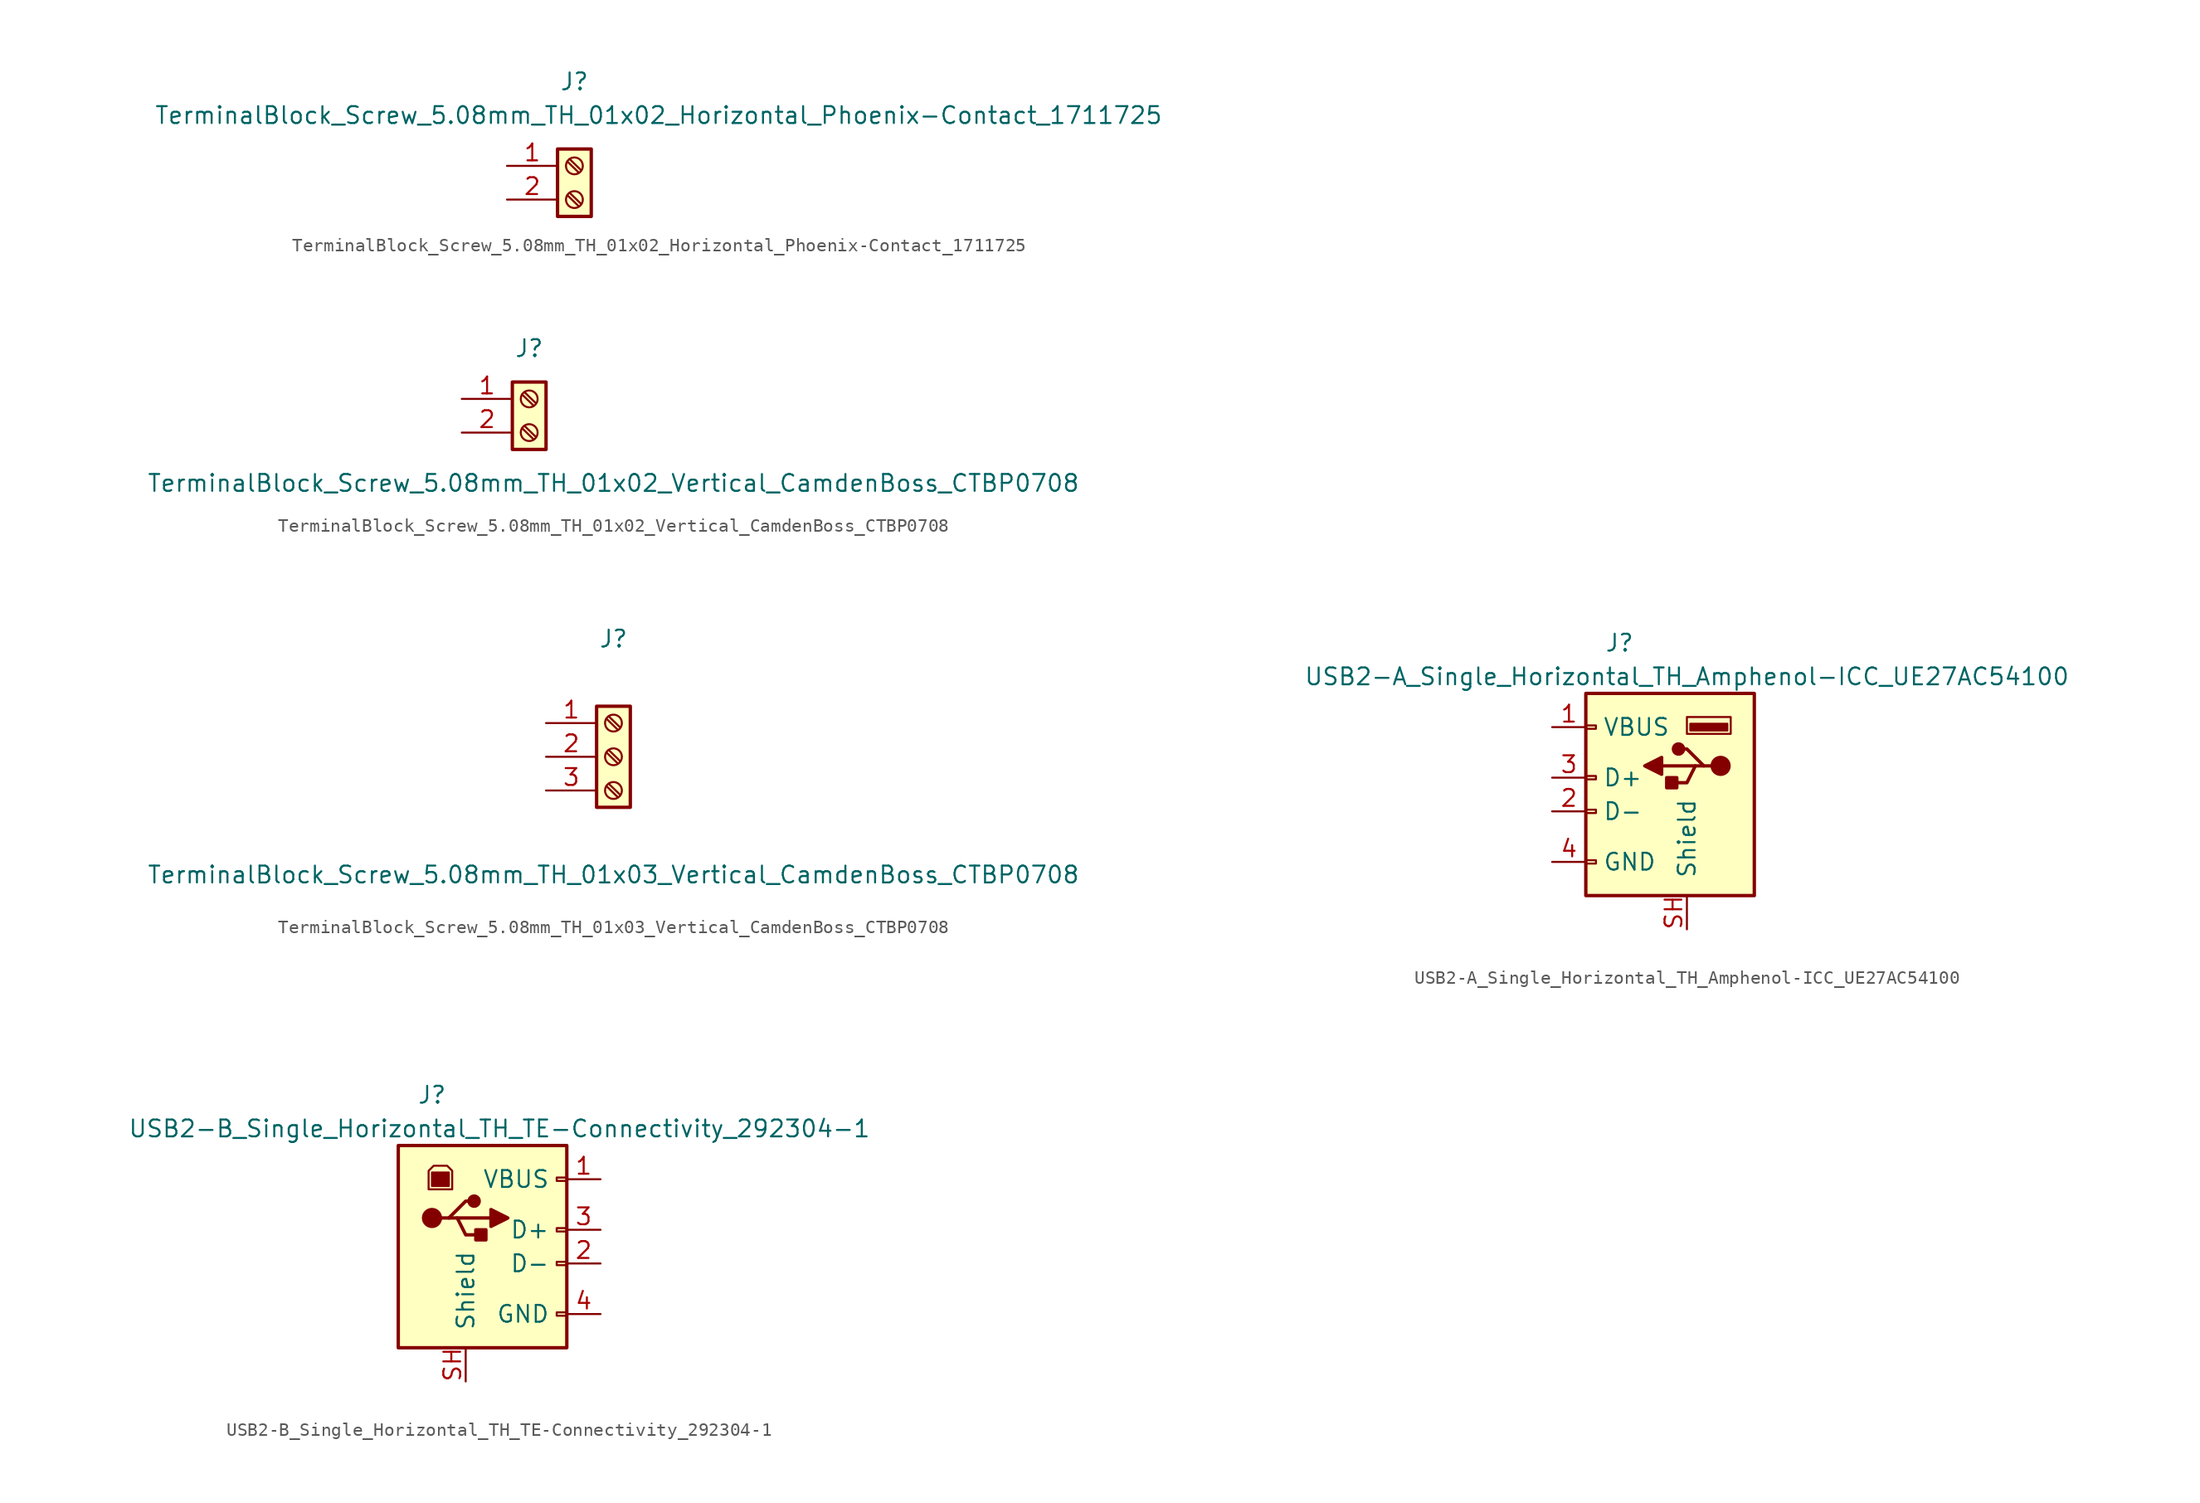
<source format=kicad_sym>
(kicad_symbol_lib
  (version 20211014)
  (generator kicad_symbol_editor)
  (symbol "TerminalBlock_Screw_5.08mm_TH_01x02_Horizontal_Phoenix-Contact_1711725"
    (pin_names
      (offset 1.27) hide)
    (property "Reference" "J"
      (at 0 7.62 0)
      (effects (font (size 1.27 1.27))))
    (property "Value" "TerminalBlock_Screw_5.08mm_TH_01x02_Horizontal_Phoenix-Contact_1711725"
      (at 6.35 5.08 0)
      (effects (font (size 1.27 1.27))))
    (symbol "TerminalBlock_Screw_5.08mm_TH_01x02_Horizontal_Phoenix-Contact_1711725_1_1"
      (rectangle (start -1.27 2.54) (end 1.27 -2.54) (stroke (width 0.254) (type default) (color 0 0 0 0)) (fill (type background)))
      (circle (center 0 -1.27) (radius 0.635) (stroke (width 0.152) (type default) (color 0 0 0 0)) (fill (type none)))
      (polyline (pts (xy -0.533 -0.94) (xy 0.33 -1.778)) (stroke (width 0.152) (type default) (color 0 0 0 0)) (fill (type none)))
      (polyline (pts (xy -0.533 1.6) (xy 0.33 0.762)) (stroke (width 0.152) (type default) (color 0 0 0 0)) (fill (type none)))
      (polyline (pts (xy -0.356 -0.762) (xy 0.508 -1.6)) (stroke (width 0.152) (type default) (color 0 0 0 0)) (fill (type none)))
      (polyline (pts (xy -0.356 1.778) (xy 0.508 0.94)) (stroke (width 0.152) (type default) (color 0 0 0 0)) (fill (type none)))
      (circle (center 0 1.27) (radius 0.635) (stroke (width 0.152) (type default) (color 0 0 0 0)) (fill (type none)))
      (pin passive line (at -5.08 1.27 0) (length 3.81) (name "Pin_1" (effects (font (size 1.27 1.27)))) (number "1" (effects (font (size 1.27 1.27)))))
      (pin passive line (at -5.08 -1.27 0) (length 3.81) (name "Pin_2" (effects (font (size 1.27 1.27)))) (number "2" (effects (font (size 1.27 1.27)))))))
  (symbol "TerminalBlock_Screw_5.08mm_TH_01x02_Vertical_CamdenBoss_CTBP0708"
    (pin_names
      (offset 1.27) hide)
    (property "Reference" "J"
      (at 0 5.08 0)
      (effects (font (size 1.27 1.27))))
    (property "Value" "TerminalBlock_Screw_5.08mm_TH_01x02_Vertical_CamdenBoss_CTBP0708"
      (at 6.35 -5.08 0)
      (effects (font (size 1.27 1.27))))
    (symbol "TerminalBlock_Screw_5.08mm_TH_01x02_Vertical_CamdenBoss_CTBP0708_1_1"
      (rectangle (start -1.27 2.54) (end 1.27 -2.54) (stroke (width 0.254) (type default) (color 0 0 0 0)) (fill (type background)))
      (circle (center 0 -1.27) (radius 0.635) (stroke (width 0.152) (type default) (color 0 0 0 0)) (fill (type none)))
      (polyline (pts (xy -0.533 -0.94) (xy 0.33 -1.778)) (stroke (width 0.152) (type default) (color 0 0 0 0)) (fill (type none)))
      (polyline (pts (xy -0.533 1.6) (xy 0.33 0.762)) (stroke (width 0.152) (type default) (color 0 0 0 0)) (fill (type none)))
      (polyline (pts (xy -0.356 -0.762) (xy 0.508 -1.6)) (stroke (width 0.152) (type default) (color 0 0 0 0)) (fill (type none)))
      (polyline (pts (xy -0.356 1.778) (xy 0.508 0.94)) (stroke (width 0.152) (type default) (color 0 0 0 0)) (fill (type none)))
      (circle (center 0 1.27) (radius 0.635) (stroke (width 0.152) (type default) (color 0 0 0 0)) (fill (type none)))
      (pin passive line (at -5.08 1.27 0) (length 3.81) (name "Pin_1" (effects (font (size 1.27 1.27)))) (number "1" (effects (font (size 1.27 1.27)))))
      (pin passive line (at -5.08 -1.27 0) (length 3.81) (name "Pin_2" (effects (font (size 1.27 1.27)))) (number "2" (effects (font (size 1.27 1.27)))))))
  (symbol "TerminalBlock_Screw_5.08mm_TH_01x03_Vertical_CamdenBoss_CTBP0708"
    (pin_names
      (offset 1.27) hide)
    (property "Reference" "J"
      (at 0 8.89 0)
      (effects (font (size 1.27 1.27))))
    (property "Value" "TerminalBlock_Screw_5.08mm_TH_01x03_Vertical_CamdenBoss_CTBP0708"
      (at 0 -8.89 0)
      (effects (font (size 1.27 1.27))))
    (symbol "TerminalBlock_Screw_5.08mm_TH_01x03_Vertical_CamdenBoss_CTBP0708_1_1"
      (rectangle (start -1.27 3.81) (end 1.27 -3.81) (stroke (width 0.254) (type default) (color 0 0 0 0)) (fill (type background)))
      (circle (center 0 -2.54) (radius 0.635) (stroke (width 0.152) (type default) (color 0 0 0 0)) (fill (type none)))
      (polyline (pts (xy -0.533 -2.21) (xy 0.33 -3.048)) (stroke (width 0.152) (type default) (color 0 0 0 0)) (fill (type none)))
      (polyline (pts (xy -0.533 0.33) (xy 0.33 -0.508)) (stroke (width 0.152) (type default) (color 0 0 0 0)) (fill (type none)))
      (polyline (pts (xy -0.533 2.87) (xy 0.33 2.032)) (stroke (width 0.152) (type default) (color 0 0 0 0)) (fill (type none)))
      (polyline (pts (xy -0.356 -2.032) (xy 0.508 -2.87)) (stroke (width 0.152) (type default) (color 0 0 0 0)) (fill (type none)))
      (polyline (pts (xy -0.356 0.508) (xy 0.508 -0.33)) (stroke (width 0.152) (type default) (color 0 0 0 0)) (fill (type none)))
      (polyline (pts (xy -0.356 3.048) (xy 0.508 2.21)) (stroke (width 0.152) (type default) (color 0 0 0 0)) (fill (type none)))
      (circle (center 0 0) (radius 0.635) (stroke (width 0.152) (type default) (color 0 0 0 0)) (fill (type none)))
      (circle (center 0 2.54) (radius 0.635) (stroke (width 0.152) (type default) (color 0 0 0 0)) (fill (type none)))
      (pin passive line (at -5.08 2.54 0) (length 3.81) (name "Pin_1" (effects (font (size 1.27 1.27)))) (number "1" (effects (font (size 1.27 1.27)))))
      (pin passive line (at -5.08 0 0) (length 3.81) (name "Pin_2" (effects (font (size 1.27 1.27)))) (number "2" (effects (font (size 1.27 1.27)))))
      (pin passive line (at -5.08 -2.54 0) (length 3.81) (name "Pin_3" (effects (font (size 1.27 1.27)))) (number "3" (effects (font (size 1.27 1.27)))))))
  (symbol "USB2-A_Single_Horizontal_TH_Amphenol-ICC_UE27AC54100"
    (pin_names
      (offset 1.27))
    (property "Reference" "J"
      (at -3.81 11.43 0)
      (effects (font (size 1.27 1.27))))
    (property "Value" "USB2-A_Single_Horizontal_TH_Amphenol-ICC_UE27AC54100"
      (at 1.27 8.89 0)
      (effects (font (size 1.27 1.27))))
    (symbol "USB2-A_Single_Horizontal_TH_Amphenol-ICC_UE27AC54100_1_1"
      (rectangle (start -6.35 -5.207) (end -5.588 -4.953) (stroke (width 0) (type default) (color 0 0 0 0)) (fill (type none)))
      (rectangle (start -6.35 -1.397) (end -5.588 -1.143) (stroke (width 0) (type default) (color 0 0 0 0)) (fill (type none)))
      (rectangle (start -6.35 1.143) (end -5.588 1.397) (stroke (width 0) (type default) (color 0 0 0 0)) (fill (type none)))
      (rectangle (start -6.35 4.953) (end -5.588 5.207) (stroke (width 0) (type default) (color 0 0 0 0)) (fill (type none)))
      (rectangle (start -0.254 1.27) (end 0.508 0.508) (stroke (width 0.254) (type default) (color 0 0 0 0)) (fill (type outline)))
      (polyline (pts (xy 1.905 2.159) (xy -0.635 2.159)) (stroke (width 0.254) (type default) (color 0 0 0 0)) (fill (type none)))
      (polyline (pts (xy -0.635 2.794) (xy -0.635 1.524) (xy -1.905 2.159) (xy -0.635 2.794)) (stroke (width 0.254) (type default) (color 0 0 0 0)) (fill (type outline)))
      (polyline (pts (xy 2.54 2.159) (xy 1.905 2.159) (xy 1.27 0.889) (xy 0 0.889)) (stroke (width 0.254) (type default) (color 0 0 0 0)) (fill (type none)))
      (polyline (pts (xy 3.175 2.159) (xy 2.54 2.159) (xy 1.27 3.429) (xy 0.635 3.429)) (stroke (width 0.254) (type default) (color 0 0 0 0)) (fill (type none)))
      (circle (center 0.635 3.429) (radius 0.381) (stroke (width 0.254) (type default) (color 0 0 0 0)) (fill (type outline)))
      (rectangle (start 1.27 4.572) (end 4.572 5.842) (stroke (width 0) (type default) (color 0 0 0 0)) (fill (type none)))
      (rectangle (start 1.524 4.826) (end 4.318 5.334) (stroke (width 0) (type default) (color 0 0 0 0)) (fill (type outline)))
      (circle (center 3.81 2.159) (radius 0.635) (stroke (width 0.254) (type default) (color 0 0 0 0)) (fill (type outline)))
      (rectangle (start 6.35 -7.62) (end -6.35 7.62) (stroke (width 0.254) (type default) (color 0 0 0 0)) (fill (type background)))
      (pin power_in line (at -8.89 5.08 0) (length 2.54) (name "VBUS" (effects (font (size 1.27 1.27)))) (number "1" (effects (font (size 1.27 1.27)))))
      (pin bidirectional line (at -8.89 -1.27 0) (length 2.54) (name "D-" (effects (font (size 1.27 1.27)))) (number "2" (effects (font (size 1.27 1.27)))))
      (pin bidirectional line (at -8.89 1.27 0) (length 2.54) (name "D+" (effects (font (size 1.27 1.27)))) (number "3" (effects (font (size 1.27 1.27)))))
      (pin power_in line (at -8.89 -5.08 0) (length 2.54) (name "GND" (effects (font (size 1.27 1.27)))) (number "4" (effects (font (size 1.27 1.27)))))
      (pin passive line (at 1.27 -10.16 90) (length 2.54) (name "Shield" (effects (font (size 1.27 1.27)))) (number "SH" (effects (font (size 1.27 1.27)))))))
  (symbol "USB2-B_Single_Horizontal_TH_TE-Connectivity_292304-1"
    (pin_names
      (offset 1.27))
    (property "Reference" "J"
      (at -3.81 11.43 0)
      (effects (font (size 1.27 1.27))))
    (property "Value" "USB2-B_Single_Horizontal_TH_TE-Connectivity_292304-1"
      (at 1.27 8.89 0)
      (effects (font (size 1.27 1.27))))
    (symbol "USB2-B_Single_Horizontal_TH_TE-Connectivity_292304-1_1_1"
      (rectangle (start -6.35 -7.62) (end 6.35 7.62) (stroke (width 0.254) (type default) (color 0 0 0 0)) (fill (type background)))
      (circle (center -3.81 2.159) (radius 0.635) (stroke (width 0.254) (type default) (color 0 0 0 0)) (fill (type outline)))
      (rectangle (start -2.54 5.588) (end -3.81 4.572) (stroke (width 0) (type default) (color 0 0 0 0)) (fill (type outline)))
      (circle (center -0.635 3.429) (radius 0.381) (stroke (width 0.254) (type default) (color 0 0 0 0)) (fill (type outline)))
      (polyline (pts (xy -1.905 2.159) (xy 0.635 2.159)) (stroke (width 0.254) (type default) (color 0 0 0 0)) (fill (type none)))
      (polyline (pts (xy -3.175 2.159) (xy -2.54 2.159) (xy -1.27 3.429) (xy -0.635 3.429)) (stroke (width 0.254) (type default) (color 0 0 0 0)) (fill (type none)))
      (polyline (pts (xy -2.54 2.159) (xy -1.905 2.159) (xy -1.27 0.889) (xy 0 0.889)) (stroke (width 0.254) (type default) (color 0 0 0 0)) (fill (type none)))
      (polyline (pts (xy 0.635 2.794) (xy 0.635 1.524) (xy 1.905 2.159) (xy 0.635 2.794)) (stroke (width 0.254) (type default) (color 0 0 0 0)) (fill (type outline)))
      (polyline (pts (xy -2.286 4.318) (xy -4.064 4.318) (xy -4.064 5.715) (xy -3.683 6.096) (xy -2.667 6.096) (xy -2.286 5.715) (xy -2.286 4.318)) (stroke (width 0) (type default) (color 0 0 0 0)) (fill (type none)))
      (rectangle (start 0.254 1.27) (end -0.508 0.508) (stroke (width 0.254) (type default) (color 0 0 0 0)) (fill (type outline)))
      (rectangle (start 6.35 -5.207) (end 5.588 -4.953) (stroke (width 0) (type default) (color 0 0 0 0)) (fill (type none)))
      (rectangle (start 6.35 -1.397) (end 5.588 -1.143) (stroke (width 0) (type default) (color 0 0 0 0)) (fill (type none)))
      (rectangle (start 6.35 1.143) (end 5.588 1.397) (stroke (width 0) (type default) (color 0 0 0 0)) (fill (type none)))
      (rectangle (start 6.35 4.953) (end 5.588 5.207) (stroke (width 0) (type default) (color 0 0 0 0)) (fill (type none)))
      (pin power_out line (at 8.89 5.08 180) (length 2.54) (name "VBUS" (effects (font (size 1.27 1.27)))) (number "1" (effects (font (size 1.27 1.27)))))
      (pin bidirectional line (at 8.89 -1.27 180) (length 2.54) (name "D-" (effects (font (size 1.27 1.27)))) (number "2" (effects (font (size 1.27 1.27)))))
      (pin bidirectional line (at 8.89 1.27 180) (length 2.54) (name "D+" (effects (font (size 1.27 1.27)))) (number "3" (effects (font (size 1.27 1.27)))))
      (pin power_out line (at 8.89 -5.08 180) (length 2.54) (name "GND" (effects (font (size 1.27 1.27)))) (number "4" (effects (font (size 1.27 1.27)))))
      (pin passive line (at -1.27 -10.16 90) (length 2.54) (name "Shield" (effects (font (size 1.27 1.27)))) (number "SH" (effects (font (size 1.27 1.27))))))))
</source>
